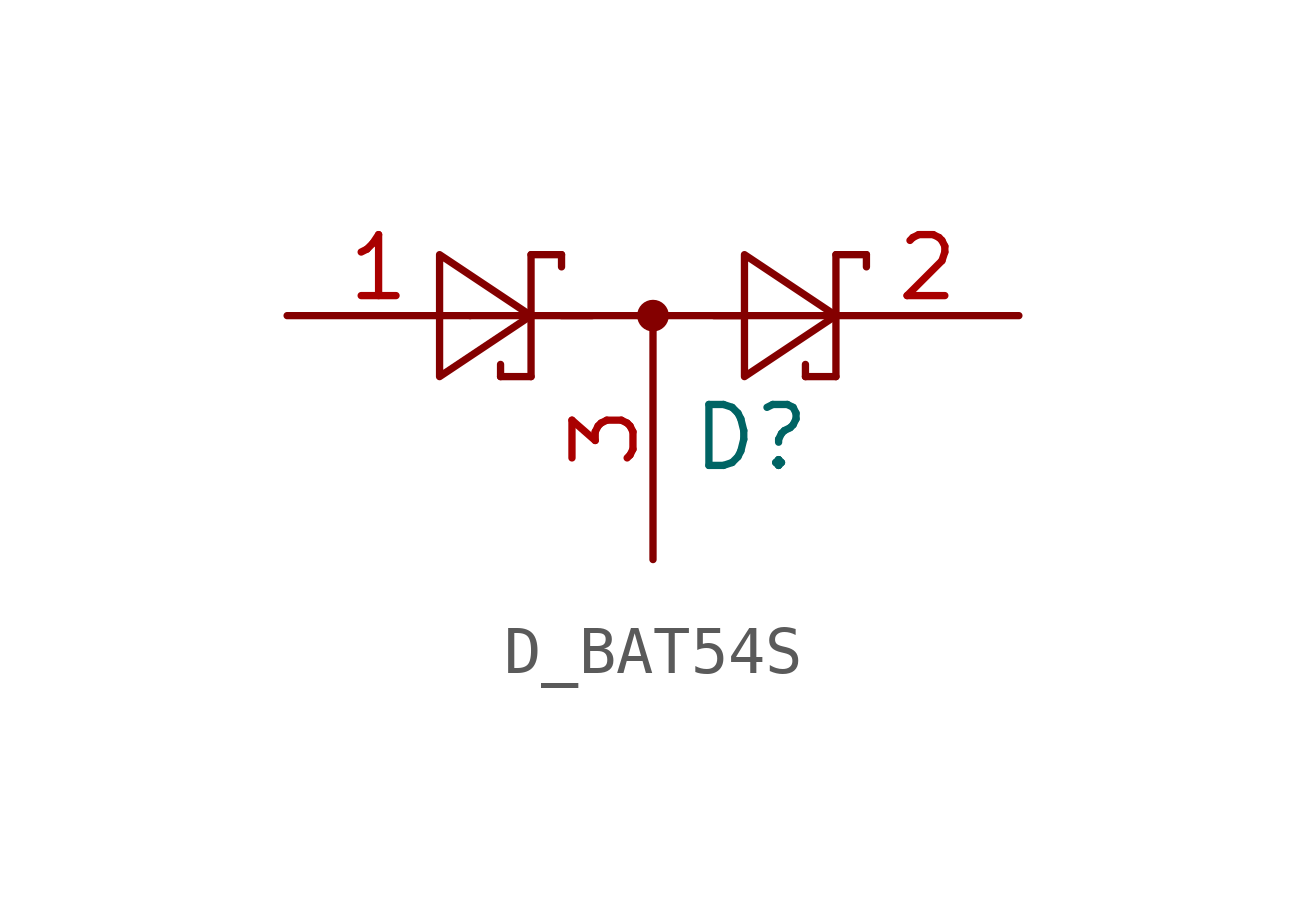
<source format=kicad_sym>
(kicad_symbol_lib
  (version 20220914)
  (generator kicad_symbol_editor)
  (symbol "D_BAT54S"
    (pin_names
      (offset 1.016))
    (property "Reference" "D"
      (at 0.762 -2.54 0)
      (effects (font (size 1.27 1.27)) (justify left)))
    (symbol "D_BAT54S_0_1"
      (polyline (pts (xy -3.81 0) (xy -1.27 0)) (stroke (width 0) (type default)) (fill (type none)))
      (polyline (pts (xy -3.175 -1.27) (xy -3.175 -1.016)) (stroke (width 0) (type default)) (fill (type none)))
      (polyline (pts (xy -2.54 -1.27) (xy -3.175 -1.27)) (stroke (width 0) (type default)) (fill (type none)))
      (polyline (pts (xy -2.54 -1.27) (xy -2.54 1.27)) (stroke (width 0) (type default)) (fill (type none)))
      (polyline (pts (xy -2.54 1.27) (xy -1.905 1.27)) (stroke (width 0) (type default)) (fill (type none)))
      (polyline (pts (xy -1.905 0) (xy 1.905 0)) (stroke (width 0) (type default)) (fill (type none)))
      (polyline (pts (xy -1.905 1.27) (xy -1.905 1.016)) (stroke (width 0) (type default)) (fill (type none)))
      (polyline (pts (xy 1.27 0) (xy 3.81 0)) (stroke (width 0) (type default)) (fill (type none)))
      (polyline (pts (xy 3.175 -1.27) (xy 3.175 -1.016)) (stroke (width 0) (type default)) (fill (type none)))
      (polyline (pts (xy 3.81 -1.27) (xy 3.175 -1.27)) (stroke (width 0) (type default)) (fill (type none)))
      (polyline (pts (xy 3.81 -1.27) (xy 3.81 1.27)) (stroke (width 0) (type default)) (fill (type none)))
      (polyline (pts (xy 3.81 1.27) (xy 4.445 1.27)) (stroke (width 0) (type default)) (fill (type none)))
      (polyline (pts (xy 4.445 1.27) (xy 4.445 1.016)) (stroke (width 0) (type default)) (fill (type none)))
      (polyline (pts (xy -4.445 1.27) (xy -4.445 -1.27) (xy -2.54 0) (xy -4.445 1.27)) (stroke (width 0) (type default)) (fill (type none)))
      (polyline (pts (xy 1.905 1.27) (xy 1.905 -1.27) (xy 3.81 0) (xy 1.905 1.27)) (stroke (width 0) (type default)) (fill (type none)))
      (circle (center 0 0) (radius 0.254) (stroke (width 0) (type default)) (fill (type outline))))
    (symbol "D_BAT54S_1_1"
      (pin passive line (at -7.62 0 0) (length 3.81) (name "~" (effects (font (size 1.27 1.27)))) (number "1" (effects (font (size 1.27 1.27)))))
      (pin passive line (at 7.62 0 180) (length 3.81) (name "~" (effects (font (size 1.27 1.27)))) (number "2" (effects (font (size 1.27 1.27)))))
      (pin passive line (at 0 -5.08 90) (length 5.08) (name "~" (effects (font (size 1.27 1.27)))) (number "3" (effects (font (size 1.27 1.27))))))))
</source>
